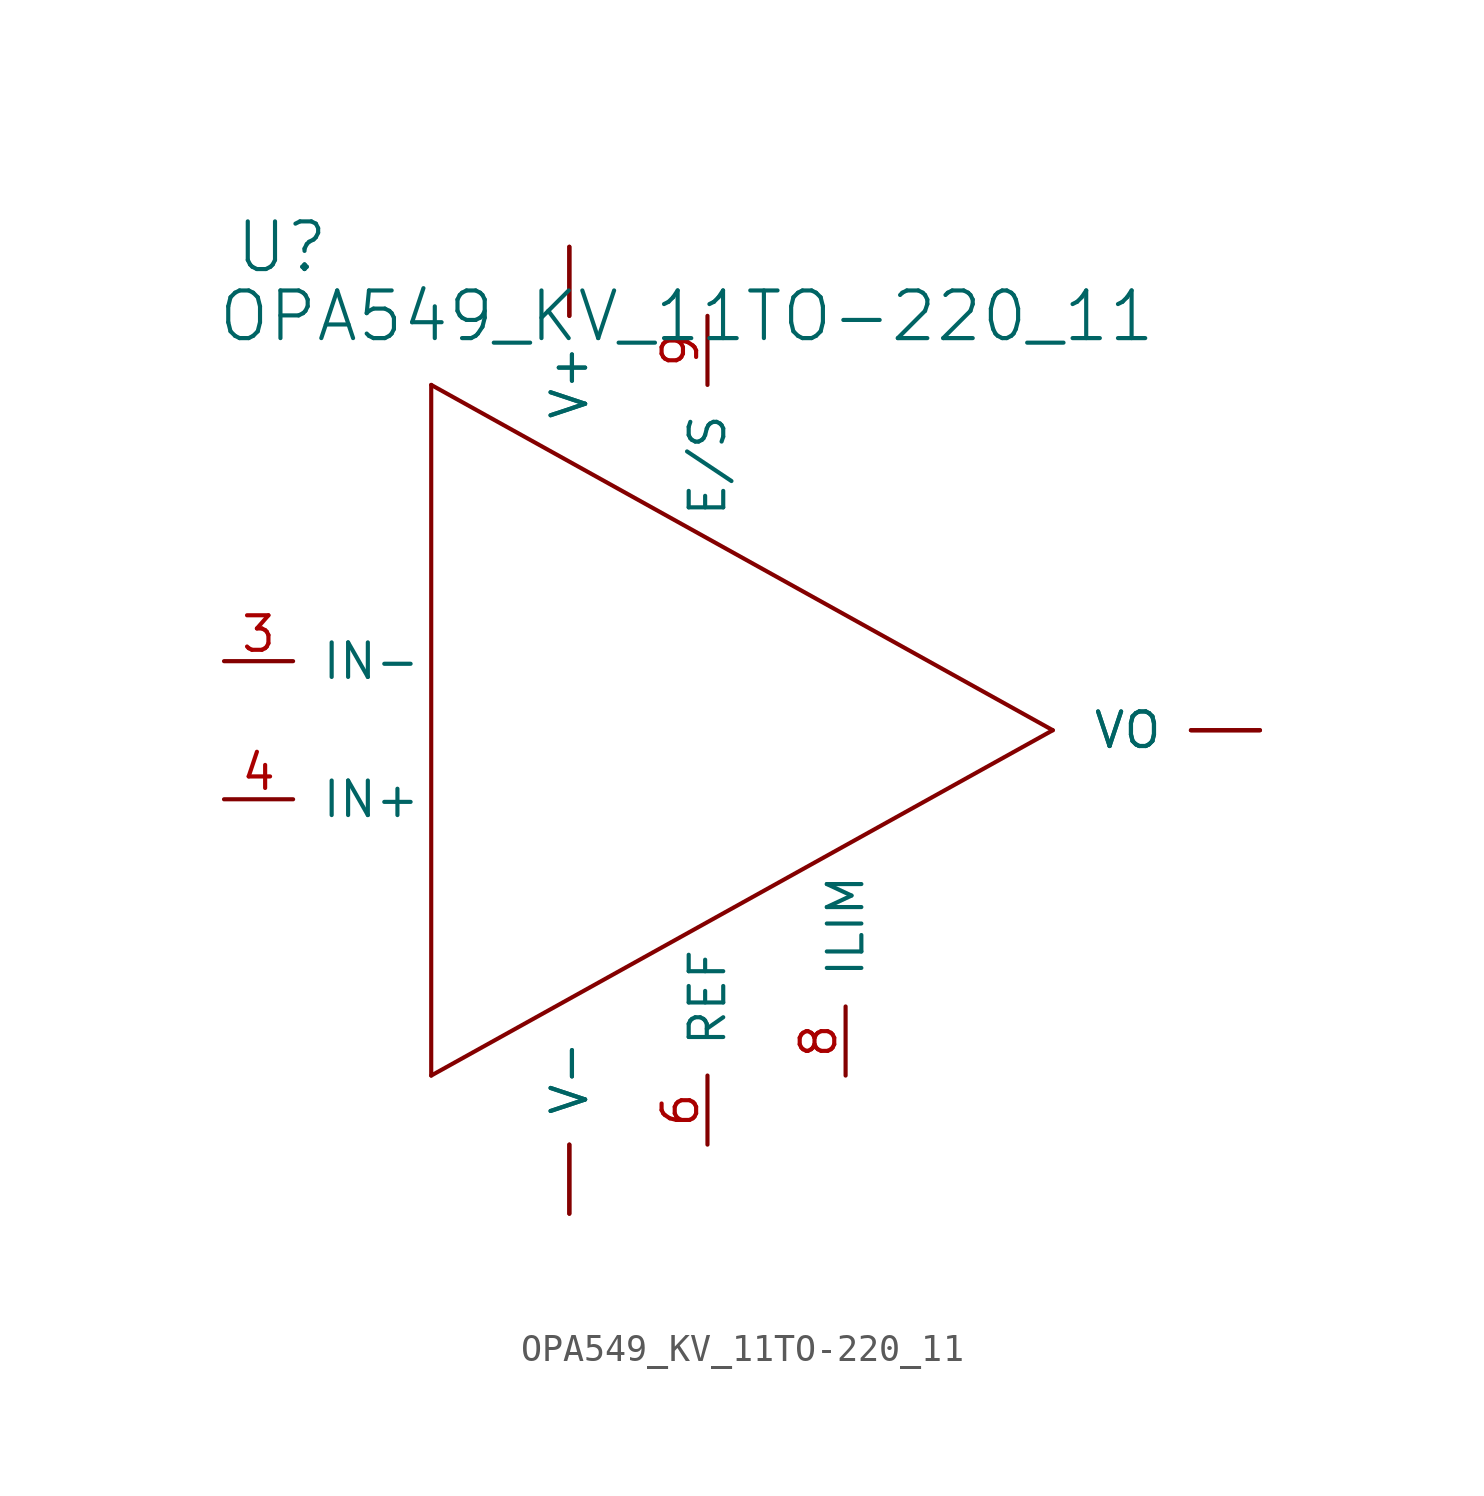
<source format=kicad_sym>
(kicad_symbol_lib
  (version 20211014)
  (generator kicad_symbol_editor)
  (symbol "OPA549_KV_11TO-220_11"
    (pin_names
      (offset 1.016))
    (property "Reference" "U"
      (at -14.884 16.739 0)
      (effects (font (size 1.753 1.753)) (justify left bottom)))
    (property "Value" "OPA549_KV_11TO-220_11"
      (at -15.519 14.199 0)
      (effects (font (size 1.753 1.753)) (justify left bottom)))
    (property "ki_locked" ""
      (at 0 0 0)
      (effects (font (size 1.27 1.27))))
    (symbol "OPA549_KV_11TO-220_11_1_0"
      (polyline (pts (xy -7.62 -12.7) (xy 15.24 0)) (stroke (width 0) (type default) (color 0 0 0 0)) (fill (type none)))
      (polyline (pts (xy -7.62 12.7) (xy -7.62 -12.7)) (stroke (width 0) (type default) (color 0 0 0 0)) (fill (type none)))
      (polyline (pts (xy 15.24 0) (xy -7.62 12.7)) (stroke (width 0) (type default) (color 0 0 0 0)) (fill (type none)))
      (pin bidirectional line (at 22.86 0 180) (length 2.54) (name "VO" (effects (font (size 1.27 1.27)))) (number "1" (effects (font (size 0 0)))))
      (pin power_in line (at -2.54 17.78 270) (length 2.54) (name "V+" (effects (font (size 1.27 1.27)))) (number "10" (effects (font (size 0 0)))))
      (pin power_in line (at -2.54 17.78 270) (length 2.54) (name "V+" (effects (font (size 1.27 1.27)))) (number "11" (effects (font (size 0 0)))))
      (pin bidirectional line (at 22.86 0 180) (length 2.54) (name "VO" (effects (font (size 1.27 1.27)))) (number "2" (effects (font (size 0 0)))))
      (pin input line (at -15.24 2.54 0) (length 2.54) (name "IN-" (effects (font (size 1.27 1.27)))) (number "3" (effects (font (size 1.27 1.27)))))
      (pin input line (at -15.24 -2.54 0) (length 2.54) (name "IN+" (effects (font (size 1.27 1.27)))) (number "4" (effects (font (size 1.27 1.27)))))
      (pin power_in line (at -2.54 -17.78 90) (length 2.54) (name "V-" (effects (font (size 1.27 1.27)))) (number "5" (effects (font (size 0 0)))))
      (pin power_in line (at 2.54 -15.24 90) (length 2.54) (name "REF" (effects (font (size 1.27 1.27)))) (number "6" (effects (font (size 1.27 1.27)))))
      (pin power_in line (at -2.54 -17.78 90) (length 2.54) (name "V-" (effects (font (size 1.27 1.27)))) (number "7" (effects (font (size 0 0)))))
      (pin passive line (at 7.62 -12.7 90) (length 2.54) (name "ILIM" (effects (font (size 1.27 1.27)))) (number "8" (effects (font (size 1.27 1.27)))))
      (pin passive line (at 2.54 15.24 270) (length 2.54) (name "E/S" (effects (font (size 1.27 1.27)))) (number "9" (effects (font (size 1.27 1.27))))))))
</source>
